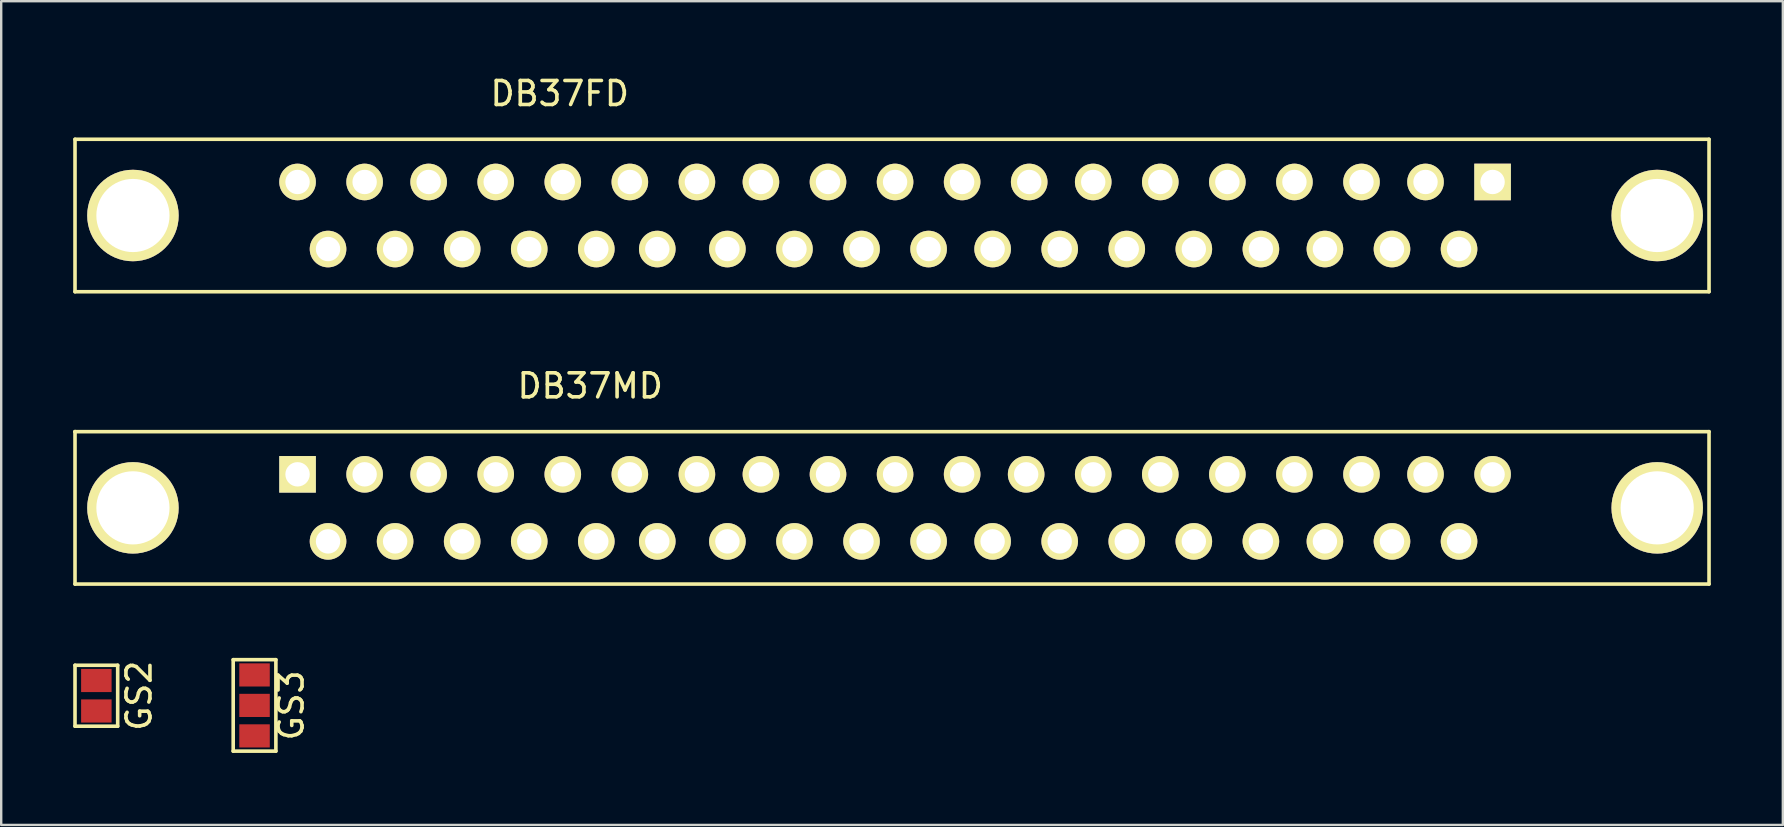
<source format=kicad_pcb>
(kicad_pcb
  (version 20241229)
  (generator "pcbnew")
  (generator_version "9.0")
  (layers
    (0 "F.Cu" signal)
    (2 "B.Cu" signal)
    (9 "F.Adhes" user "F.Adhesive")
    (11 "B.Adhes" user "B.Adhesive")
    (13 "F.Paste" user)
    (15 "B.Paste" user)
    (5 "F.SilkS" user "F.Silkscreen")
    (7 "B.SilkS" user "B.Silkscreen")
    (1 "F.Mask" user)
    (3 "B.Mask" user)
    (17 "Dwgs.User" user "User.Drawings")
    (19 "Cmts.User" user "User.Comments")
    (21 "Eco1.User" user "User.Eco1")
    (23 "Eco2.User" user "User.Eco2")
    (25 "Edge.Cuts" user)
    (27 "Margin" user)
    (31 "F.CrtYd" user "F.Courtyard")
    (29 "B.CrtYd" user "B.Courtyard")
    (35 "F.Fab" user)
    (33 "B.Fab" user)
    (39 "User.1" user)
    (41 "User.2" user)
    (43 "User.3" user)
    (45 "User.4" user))
  (footprint "GS3"
    (layer "F.Cu")
    (at 7.554 26.337)
    (property "Reference" "GS3" (at 1.524 0 90) (layer "F.SilkS") (effects (font (size 1 1) (thickness 0.15))))
    (attr exclude_from_pos_files exclude_from_bom)
    (fp_line (start -0.889 -1.905) (end -0.889 1.905) (stroke (width 0.15) (type solid)) (layer "F.SilkS"))
    (fp_line (start -0.889 -1.905) (end 0.889 -1.905) (stroke (width 0.15) (type solid)) (layer "F.SilkS"))
    (fp_line (start -0.889 1.905) (end 0.889 1.905) (stroke (width 0.15) (type solid)) (layer "F.SilkS"))
    (fp_line (start 0.889 1.905) (end 0.889 -1.905) (stroke (width 0.15) (type solid)) (layer "F.SilkS"))
    (pad "1" smd rect (at 0 -1.27) (size 1.27 0.965) (layers "F.Cu" "F.Mask" "F.Paste"))
    (pad "2" smd rect (at 0 0) (size 1.27 0.965) (layers "F.Cu" "F.Mask" "F.Paste"))
    (pad "3" smd rect (at 0 1.27) (size 1.27 0.965) (layers "F.Cu" "F.Mask" "F.Paste")))
  (footprint "DB37MD"
    (layer "F.Cu")
    (at 34.238 18.107)
    (property "Reference" "DB37MD" (at -12.7 -5.08 0) (layer "F.SilkS") (effects (font (size 1 1) (thickness 0.15))))
    (attr through_hole)
    (fp_line (start -34.163 -3.175) (end -34.163 -3.175) (stroke (width 0.15) (type solid)) (layer "F.SilkS"))
    (fp_line (start -34.163 -3.175) (end -34.163 3.175) (stroke (width 0.15) (type solid)) (layer "F.SilkS"))
    (fp_line (start -34.163 3.175) (end 33.909 3.175) (stroke (width 0.15) (type solid)) (layer "F.SilkS"))
    (fp_line (start 33.909 -3.175) (end -34.163 -3.175) (stroke (width 0.15) (type solid)) (layer "F.SilkS"))
    (fp_line (start 33.909 3.175) (end 33.909 -3.175) (stroke (width 0.15) (type solid)) (layer "F.SilkS"))
    (pad "" thru_hole circle (at -31.75 0) (size 3.81 3.81) (drill 3.048) (layers "*.Cu" "*.Mask" "F.SilkS"))
    (pad "" thru_hole circle (at 31.75 0) (size 3.81 3.81) (drill 3.048) (layers "*.Cu" "*.Mask" "F.SilkS"))
    (pad "1" thru_hole rect (at -24.892 -1.397) (size 1.524 1.524) (drill 1.016) (layers "*.Cu" "*.Mask" "F.SilkS"))
    (pad "2" thru_hole circle (at -22.098 -1.397) (size 1.524 1.524) (drill 1.016) (layers "*.Cu" "*.Mask" "F.SilkS"))
    (pad "3" thru_hole circle (at -19.431 -1.397) (size 1.524 1.524) (drill 1.016) (layers "*.Cu" "*.Mask" "F.SilkS"))
    (pad "4" thru_hole circle (at -16.637 -1.397) (size 1.524 1.524) (drill 1.016) (layers "*.Cu" "*.Mask" "F.SilkS"))
    (pad "5" thru_hole circle (at -13.843 -1.397) (size 1.524 1.524) (drill 1.016) (layers "*.Cu" "*.Mask" "F.SilkS"))
    (pad "6" thru_hole circle (at -11.049 -1.397) (size 1.524 1.524) (drill 1.016) (layers "*.Cu" "*.Mask" "F.SilkS"))
    (pad "7" thru_hole circle (at -8.255 -1.397) (size 1.524 1.524) (drill 1.016) (layers "*.Cu" "*.Mask" "F.SilkS"))
    (pad "8" thru_hole circle (at -5.588 -1.397) (size 1.524 1.524) (drill 1.016) (layers "*.Cu" "*.Mask" "F.SilkS"))
    (pad "9" thru_hole circle (at -2.794 -1.397) (size 1.524 1.524) (drill 1.016) (layers "*.Cu" "*.Mask" "F.SilkS"))
    (pad "10" thru_hole circle (at 0 -1.397) (size 1.524 1.524) (drill 1.016) (layers "*.Cu" "*.Mask" "F.SilkS"))
    (pad "11" thru_hole circle (at 2.794 -1.397) (size 1.524 1.524) (drill 1.016) (layers "*.Cu" "*.Mask" "F.SilkS"))
    (pad "12" thru_hole circle (at 5.461 -1.397) (size 1.524 1.524) (drill 1.016) (layers "*.Cu" "*.Mask" "F.SilkS"))
    (pad "13" thru_hole circle (at 8.255 -1.397) (size 1.524 1.524) (drill 1.016) (layers "*.Cu" "*.Mask" "F.SilkS"))
    (pad "14" thru_hole circle (at 11.049 -1.397) (size 1.524 1.524) (drill 1.016) (layers "*.Cu" "*.Mask" "F.SilkS"))
    (pad "15" thru_hole circle (at 13.843 -1.397) (size 1.524 1.524) (drill 1.016) (layers "*.Cu" "*.Mask" "F.SilkS"))
    (pad "16" thru_hole circle (at 16.637 -1.397) (size 1.524 1.524) (drill 1.016) (layers "*.Cu" "*.Mask" "F.SilkS"))
    (pad "17" thru_hole circle (at 19.431 -1.397) (size 1.524 1.524) (drill 1.016) (layers "*.Cu" "*.Mask" "F.SilkS"))
    (pad "18" thru_hole circle (at 22.098 -1.397) (size 1.524 1.524) (drill 1.016) (layers "*.Cu" "*.Mask" "F.SilkS"))
    (pad "19" thru_hole circle (at 24.892 -1.397) (size 1.524 1.524) (drill 1.016) (layers "*.Cu" "*.Mask" "F.SilkS"))
    (pad "20" thru_hole circle (at -23.622 1.397) (size 1.524 1.524) (drill 1.016) (layers "*.Cu" "*.Mask" "F.SilkS"))
    (pad "21" thru_hole circle (at -20.828 1.397) (size 1.524 1.524) (drill 1.016) (layers "*.Cu" "*.Mask" "F.SilkS"))
    (pad "22" thru_hole circle (at -18.034 1.397) (size 1.524 1.524) (drill 1.016) (layers "*.Cu" "*.Mask" "F.SilkS"))
    (pad "23" thru_hole circle (at -15.24 1.397) (size 1.524 1.524) (drill 1.016) (layers "*.Cu" "*.Mask" "F.SilkS"))
    (pad "24" thru_hole circle (at -12.446 1.397) (size 1.524 1.524) (drill 1.016) (layers "*.Cu" "*.Mask" "F.SilkS"))
    (pad "25" thru_hole circle (at -9.906 1.397) (size 1.524 1.524) (drill 1.016) (layers "*.Cu" "*.Mask" "F.SilkS"))
    (pad "26" thru_hole circle (at -6.985 1.397) (size 1.524 1.524) (drill 1.016) (layers "*.Cu" "*.Mask" "F.SilkS"))
    (pad "27" thru_hole circle (at -4.191 1.397) (size 1.524 1.524) (drill 1.016) (layers "*.Cu" "*.Mask" "F.SilkS"))
    (pad "28" thru_hole circle (at -1.397 1.397) (size 1.524 1.524) (drill 1.016) (layers "*.Cu" "*.Mask" "F.SilkS"))
    (pad "29" thru_hole circle (at 1.397 1.397) (size 1.524 1.524) (drill 1.016) (layers "*.Cu" "*.Mask" "F.SilkS"))
    (pad "30" thru_hole circle (at 4.064 1.397) (size 1.524 1.524) (drill 1.016) (layers "*.Cu" "*.Mask" "F.SilkS"))
    (pad "31" thru_hole circle (at 6.858 1.397) (size 1.524 1.524) (drill 1.016) (layers "*.Cu" "*.Mask" "F.SilkS"))
    (pad "32" thru_hole circle (at 9.652 1.397) (size 1.524 1.524) (drill 1.016) (layers "*.Cu" "*.Mask" "F.SilkS"))
    (pad "33" thru_hole circle (at 12.446 1.397) (size 1.524 1.524) (drill 1.016) (layers "*.Cu" "*.Mask" "F.SilkS"))
    (pad "34" thru_hole circle (at 15.24 1.397) (size 1.524 1.524) (drill 1.016) (layers "*.Cu" "*.Mask" "F.SilkS"))
    (pad "35" thru_hole circle (at 17.907 1.397) (size 1.524 1.524) (drill 1.016) (layers "*.Cu" "*.Mask" "F.SilkS"))
    (pad "36" thru_hole circle (at 20.701 1.397) (size 1.524 1.524) (drill 1.016) (layers "*.Cu" "*.Mask" "F.SilkS"))
    (pad "37" thru_hole circle (at 23.495 1.397) (size 1.524 1.524) (drill 1.016) (layers "*.Cu" "*.Mask" "F.SilkS")))
  (footprint "GS2"
    (layer "F.Cu")
    (at 0.964 25.934)
    (property "Reference" "GS2" (at 1.778 0 90) (layer "F.SilkS") (effects (font (size 1 1) (thickness 0.15))))
    (attr exclude_from_pos_files exclude_from_bom)
    (fp_line (start -0.889 -1.27) (end -0.889 1.27) (stroke (width 0.15) (type solid)) (layer "F.SilkS"))
    (fp_line (start -0.889 -1.27) (end 0.889 -1.27) (stroke (width 0.15) (type solid)) (layer "F.SilkS"))
    (fp_line (start 0.889 1.27) (end -0.889 1.27) (stroke (width 0.15) (type solid)) (layer "F.SilkS"))
    (fp_line (start 0.889 1.27) (end 0.889 -1.27) (stroke (width 0.15) (type solid)) (layer "F.SilkS"))
    (pad "1" smd rect (at 0 -0.635) (size 1.27 0.965) (layers "F.Cu" "F.Mask" "F.Paste"))
    (pad "2" smd rect (at 0 0.635) (size 1.27 0.965) (layers "F.Cu" "F.Mask" "F.Paste")))
  (footprint "DB37FD"
    (layer "F.Cu")
    (at 34.238 5.928)
    (property "Reference" "DB37FD" (at -13.97 -5.08 0) (layer "F.SilkS") (effects (font (size 1 1) (thickness 0.15))))
    (attr through_hole)
    (fp_line (start -34.163 -3.175) (end -34.163 3.175) (stroke (width 0.15) (type solid)) (layer "F.SilkS"))
    (fp_line (start -34.163 3.175) (end 33.909 3.175) (stroke (width 0.15) (type solid)) (layer "F.SilkS"))
    (fp_line (start 33.909 -3.175) (end -34.163 -3.175) (stroke (width 0.15) (type solid)) (layer "F.SilkS"))
    (fp_line (start 33.909 3.175) (end 33.909 -3.175) (stroke (width 0.15) (type solid)) (layer "F.SilkS"))
    (pad "" thru_hole circle (at -31.75 0) (size 3.81 3.81) (drill 3.048) (layers "*.Cu" "*.Mask" "F.SilkS"))
    (pad "" thru_hole circle (at 31.75 0) (size 3.81 3.81) (drill 3.048) (layers "*.Cu" "*.Mask" "F.SilkS"))
    (pad "1" thru_hole rect (at 24.892 -1.397) (size 1.524 1.524) (drill 1.016) (layers "*.Cu" "*.Mask" "F.SilkS"))
    (pad "2" thru_hole circle (at 22.098 -1.397) (size 1.524 1.524) (drill 1.016) (layers "*.Cu" "*.Mask" "F.SilkS"))
    (pad "3" thru_hole circle (at 19.431 -1.397) (size 1.524 1.524) (drill 1.016) (layers "*.Cu" "*.Mask" "F.SilkS"))
    (pad "4" thru_hole circle (at 16.637 -1.397) (size 1.524 1.524) (drill 1.016) (layers "*.Cu" "*.Mask" "F.SilkS"))
    (pad "5" thru_hole circle (at 13.843 -1.397) (size 1.524 1.524) (drill 1.016) (layers "*.Cu" "*.Mask" "F.SilkS"))
    (pad "6" thru_hole circle (at 11.049 -1.397) (size 1.524 1.524) (drill 1.016) (layers "*.Cu" "*.Mask" "F.SilkS"))
    (pad "7" thru_hole circle (at 8.255 -1.397) (size 1.524 1.524) (drill 1.016) (layers "*.Cu" "*.Mask" "F.SilkS"))
    (pad "8" thru_hole circle (at 5.588 -1.397) (size 1.524 1.524) (drill 1.016) (layers "*.Cu" "*.Mask" "F.SilkS"))
    (pad "9" thru_hole circle (at 2.794 -1.397) (size 1.524 1.524) (drill 1.016) (layers "*.Cu" "*.Mask" "F.SilkS"))
    (pad "10" thru_hole circle (at 0 -1.397) (size 1.524 1.524) (drill 1.016) (layers "*.Cu" "*.Mask" "F.SilkS"))
    (pad "11" thru_hole circle (at -2.794 -1.397) (size 1.524 1.524) (drill 1.016) (layers "*.Cu" "*.Mask" "F.SilkS"))
    (pad "12" thru_hole circle (at -5.588 -1.397) (size 1.524 1.524) (drill 1.016) (layers "*.Cu" "*.Mask" "F.SilkS"))
    (pad "13" thru_hole circle (at -8.255 -1.397) (size 1.524 1.524) (drill 1.016) (layers "*.Cu" "*.Mask" "F.SilkS"))
    (pad "14" thru_hole circle (at -11.049 -1.397) (size 1.524 1.524) (drill 1.016) (layers "*.Cu" "*.Mask" "F.SilkS"))
    (pad "15" thru_hole circle (at -13.843 -1.397) (size 1.524 1.524) (drill 1.016) (layers "*.Cu" "*.Mask" "F.SilkS"))
    (pad "16" thru_hole circle (at -16.637 -1.397) (size 1.524 1.524) (drill 1.016) (layers "*.Cu" "*.Mask" "F.SilkS"))
    (pad "17" thru_hole circle (at -19.431 -1.397) (size 1.524 1.524) (drill 1.016) (layers "*.Cu" "*.Mask" "F.SilkS"))
    (pad "18" thru_hole circle (at -22.098 -1.397) (size 1.524 1.524) (drill 1.016) (layers "*.Cu" "*.Mask" "F.SilkS"))
    (pad "19" thru_hole circle (at -24.892 -1.397) (size 1.524 1.524) (drill 1.016) (layers "*.Cu" "*.Mask" "F.SilkS"))
    (pad "20" thru_hole circle (at 23.495 1.397) (size 1.524 1.524) (drill 1.016) (layers "*.Cu" "*.Mask" "F.SilkS"))
    (pad "21" thru_hole circle (at 20.701 1.397) (size 1.524 1.524) (drill 1.016) (layers "*.Cu" "*.Mask" "F.SilkS"))
    (pad "22" thru_hole circle (at 17.907 1.397) (size 1.524 1.524) (drill 1.016) (layers "*.Cu" "*.Mask" "F.SilkS"))
    (pad "23" thru_hole circle (at 15.24 1.397) (size 1.524 1.524) (drill 1.016) (layers "*.Cu" "*.Mask" "F.SilkS"))
    (pad "24" thru_hole circle (at 12.446 1.397) (size 1.524 1.524) (drill 1.016) (layers "*.Cu" "*.Mask" "F.SilkS"))
    (pad "25" thru_hole circle (at 9.652 1.397) (size 1.524 1.524) (drill 1.016) (layers "*.Cu" "*.Mask" "F.SilkS"))
    (pad "26" thru_hole circle (at 6.858 1.397) (size 1.524 1.524) (drill 1.016) (layers "*.Cu" "*.Mask" "F.SilkS"))
    (pad "27" thru_hole circle (at 4.064 1.397) (size 1.524 1.524) (drill 1.016) (layers "*.Cu" "*.Mask" "F.SilkS"))
    (pad "28" thru_hole circle (at 1.397 1.397) (size 1.524 1.524) (drill 1.016) (layers "*.Cu" "*.Mask" "F.SilkS"))
    (pad "29" thru_hole circle (at -1.397 1.397) (size 1.524 1.524) (drill 1.016) (layers "*.Cu" "*.Mask" "F.SilkS"))
    (pad "30" thru_hole circle (at -4.191 1.397) (size 1.524 1.524) (drill 1.016) (layers "*.Cu" "*.Mask" "F.SilkS"))
    (pad "31" thru_hole circle (at -6.985 1.397) (size 1.524 1.524) (drill 1.016) (layers "*.Cu" "*.Mask" "F.SilkS"))
    (pad "32" thru_hole circle (at -9.906 1.397) (size 1.524 1.524) (drill 1.016) (layers "*.Cu" "*.Mask" "F.SilkS"))
    (pad "33" thru_hole circle (at -12.446 1.397) (size 1.524 1.524) (drill 1.016) (layers "*.Cu" "*.Mask" "F.SilkS"))
    (pad "34" thru_hole circle (at -15.24 1.397) (size 1.524 1.524) (drill 1.016) (layers "*.Cu" "*.Mask" "F.SilkS"))
    (pad "35" thru_hole circle (at -18.034 1.397) (size 1.524 1.524) (drill 1.016) (layers "*.Cu" "*.Mask" "F.SilkS"))
    (pad "36" thru_hole circle (at -20.828 1.397) (size 1.524 1.524) (drill 1.016) (layers "*.Cu" "*.Mask" "F.SilkS"))
    (pad "37" thru_hole circle (at -23.622 1.397) (size 1.524 1.524) (drill 1.016) (layers "*.Cu" "*.Mask" "F.SilkS")))
  (gr_rect
    (start -3 -3)
    (end 71.222 31.317)
    (stroke (width 0.1) (type default))
    (fill no)
    (layer "Edge.Cuts")))
</source>
